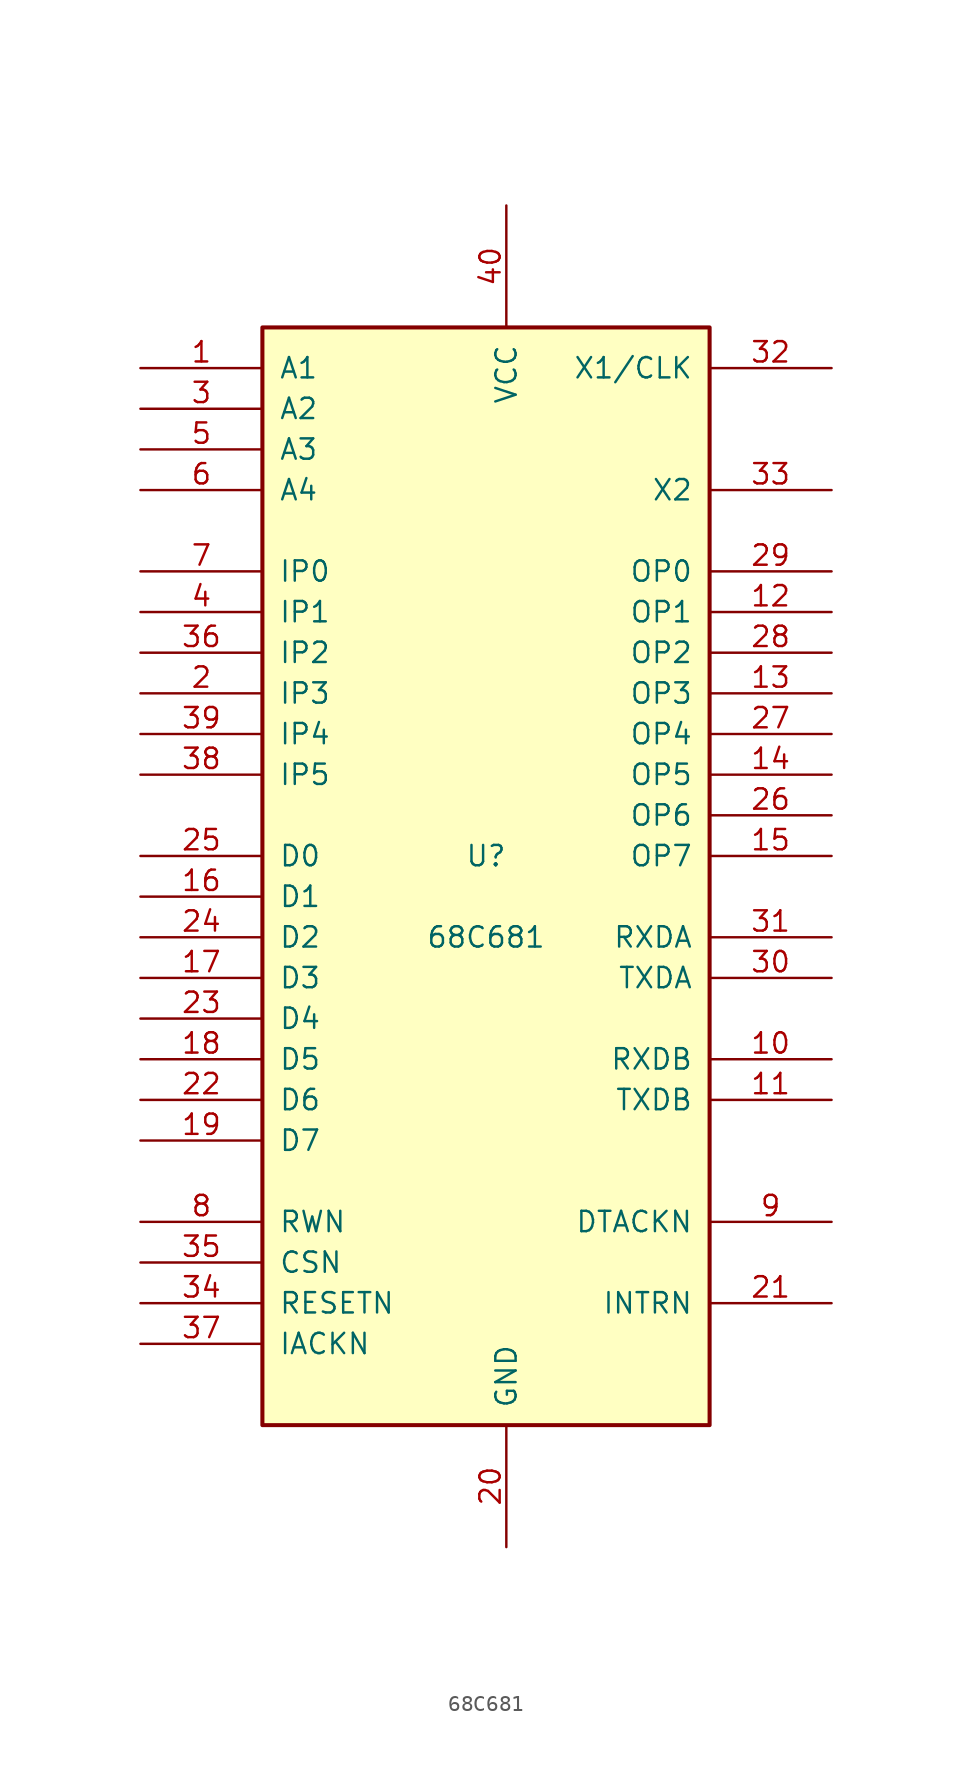
<source format=kicad_sym>
(kicad_symbol_lib
  (version 20201005)
  (generator kicad_symbol_editor)
  (symbol "Interface_UART:68C681"
    (pin_names
      (offset 1.016))
    (property "Reference" "U"
      (at -1.27 2.54 0)
      (effects (font (size 1.27 1.27))))
    (property "Value" "68C681"
      (at -1.27 -2.54 0)
      (effects (font (size 1.27 1.27))))
    (symbol "68C681_0_1"
      (rectangle (start -15.24 -33.02) (end 12.7 35.56) (stroke (width 0.254)) (fill (type background))))
    (symbol "68C681_1_1"
      (pin input line (at -22.86 33.02 0) (length 7.62) (name "A1" (effects (font (size 1.27 1.27)))) (number "1" (effects (font (size 1.27 1.27)))))
      (pin input line (at 20.32 -10.16 180) (length 7.62) (name "RXDB" (effects (font (size 1.27 1.27)))) (number "10" (effects (font (size 1.27 1.27)))))
      (pin output line (at 20.32 -12.7 180) (length 7.62) (name "TXDB" (effects (font (size 1.27 1.27)))) (number "11" (effects (font (size 1.27 1.27)))))
      (pin output line (at 20.32 17.78 180) (length 7.62) (name "OP1" (effects (font (size 1.27 1.27)))) (number "12" (effects (font (size 1.27 1.27)))))
      (pin output line (at 20.32 12.7 180) (length 7.62) (name "OP3" (effects (font (size 1.27 1.27)))) (number "13" (effects (font (size 1.27 1.27)))))
      (pin output line (at 20.32 7.62 180) (length 7.62) (name "OP5" (effects (font (size 1.27 1.27)))) (number "14" (effects (font (size 1.27 1.27)))))
      (pin output line (at 20.32 2.54 180) (length 7.62) (name "OP7" (effects (font (size 1.27 1.27)))) (number "15" (effects (font (size 1.27 1.27)))))
      (pin input line (at -22.86 0 0) (length 7.62) (name "D1" (effects (font (size 1.27 1.27)))) (number "16" (effects (font (size 1.27 1.27)))))
      (pin input line (at -22.86 -5.08 0) (length 7.62) (name "D3" (effects (font (size 1.27 1.27)))) (number "17" (effects (font (size 1.27 1.27)))))
      (pin input line (at -22.86 -10.16 0) (length 7.62) (name "D5" (effects (font (size 1.27 1.27)))) (number "18" (effects (font (size 1.27 1.27)))))
      (pin input line (at -22.86 -15.24 0) (length 7.62) (name "D7" (effects (font (size 1.27 1.27)))) (number "19" (effects (font (size 1.27 1.27)))))
      (pin input line (at -22.86 12.7 0) (length 7.62) (name "IP3" (effects (font (size 1.27 1.27)))) (number "2" (effects (font (size 1.27 1.27)))))
      (pin power_in line (at 0 -40.64 90) (length 7.62) (name "GND" (effects (font (size 1.27 1.27)))) (number "20" (effects (font (size 1.27 1.27)))))
      (pin output line (at 20.32 -25.4 180) (length 7.62) (name "INTRN" (effects (font (size 1.27 1.27)))) (number "21" (effects (font (size 1.27 1.27)))))
      (pin input line (at -22.86 -12.7 0) (length 7.62) (name "D6" (effects (font (size 1.27 1.27)))) (number "22" (effects (font (size 1.27 1.27)))))
      (pin input line (at -22.86 -7.62 0) (length 7.62) (name "D4" (effects (font (size 1.27 1.27)))) (number "23" (effects (font (size 1.27 1.27)))))
      (pin input line (at -22.86 -2.54 0) (length 7.62) (name "D2" (effects (font (size 1.27 1.27)))) (number "24" (effects (font (size 1.27 1.27)))))
      (pin input line (at -22.86 2.54 0) (length 7.62) (name "D0" (effects (font (size 1.27 1.27)))) (number "25" (effects (font (size 1.27 1.27)))))
      (pin output line (at 20.32 5.08 180) (length 7.62) (name "OP6" (effects (font (size 1.27 1.27)))) (number "26" (effects (font (size 1.27 1.27)))))
      (pin output line (at 20.32 10.16 180) (length 7.62) (name "OP4" (effects (font (size 1.27 1.27)))) (number "27" (effects (font (size 1.27 1.27)))))
      (pin output line (at 20.32 15.24 180) (length 7.62) (name "OP2" (effects (font (size 1.27 1.27)))) (number "28" (effects (font (size 1.27 1.27)))))
      (pin output line (at 20.32 20.32 180) (length 7.62) (name "OP0" (effects (font (size 1.27 1.27)))) (number "29" (effects (font (size 1.27 1.27)))))
      (pin input line (at -22.86 30.48 0) (length 7.62) (name "A2" (effects (font (size 1.27 1.27)))) (number "3" (effects (font (size 1.27 1.27)))))
      (pin output line (at 20.32 -5.08 180) (length 7.62) (name "TXDA" (effects (font (size 1.27 1.27)))) (number "30" (effects (font (size 1.27 1.27)))))
      (pin input line (at 20.32 -2.54 180) (length 7.62) (name "RXDA" (effects (font (size 1.27 1.27)))) (number "31" (effects (font (size 1.27 1.27)))))
      (pin input line (at 20.32 33.02 180) (length 7.62) (name "X1/CLK" (effects (font (size 1.27 1.27)))) (number "32" (effects (font (size 1.27 1.27)))))
      (pin output line (at 20.32 25.4 180) (length 7.62) (name "X2" (effects (font (size 1.27 1.27)))) (number "33" (effects (font (size 1.27 1.27)))))
      (pin input line (at -22.86 -25.4 0) (length 7.62) (name "RESETN" (effects (font (size 1.27 1.27)))) (number "34" (effects (font (size 1.27 1.27)))))
      (pin input line (at -22.86 -22.86 0) (length 7.62) (name "CSN" (effects (font (size 1.27 1.27)))) (number "35" (effects (font (size 1.27 1.27)))))
      (pin input line (at -22.86 15.24 0) (length 7.62) (name "IP2" (effects (font (size 1.27 1.27)))) (number "36" (effects (font (size 1.27 1.27)))))
      (pin input line (at -22.86 -27.94 0) (length 7.62) (name "IACKN" (effects (font (size 1.27 1.27)))) (number "37" (effects (font (size 1.27 1.27)))))
      (pin input line (at -22.86 7.62 0) (length 7.62) (name "IP5" (effects (font (size 1.27 1.27)))) (number "38" (effects (font (size 1.27 1.27)))))
      (pin input line (at -22.86 10.16 0) (length 7.62) (name "IP4" (effects (font (size 1.27 1.27)))) (number "39" (effects (font (size 1.27 1.27)))))
      (pin input line (at -22.86 17.78 0) (length 7.62) (name "IP1" (effects (font (size 1.27 1.27)))) (number "4" (effects (font (size 1.27 1.27)))))
      (pin power_in line (at 0 43.18 270) (length 7.62) (name "VCC" (effects (font (size 1.27 1.27)))) (number "40" (effects (font (size 1.27 1.27)))))
      (pin input line (at -22.86 27.94 0) (length 7.62) (name "A3" (effects (font (size 1.27 1.27)))) (number "5" (effects (font (size 1.27 1.27)))))
      (pin input line (at -22.86 25.4 0) (length 7.62) (name "A4" (effects (font (size 1.27 1.27)))) (number "6" (effects (font (size 1.27 1.27)))))
      (pin input line (at -22.86 20.32 0) (length 7.62) (name "IP0" (effects (font (size 1.27 1.27)))) (number "7" (effects (font (size 1.27 1.27)))))
      (pin input line (at -22.86 -20.32 0) (length 7.62) (name "RWN" (effects (font (size 1.27 1.27)))) (number "8" (effects (font (size 1.27 1.27)))))
      (pin output line (at 20.32 -20.32 180) (length 7.62) (name "DTACKN" (effects (font (size 1.27 1.27)))) (number "9" (effects (font (size 1.27 1.27))))))))
</source>
